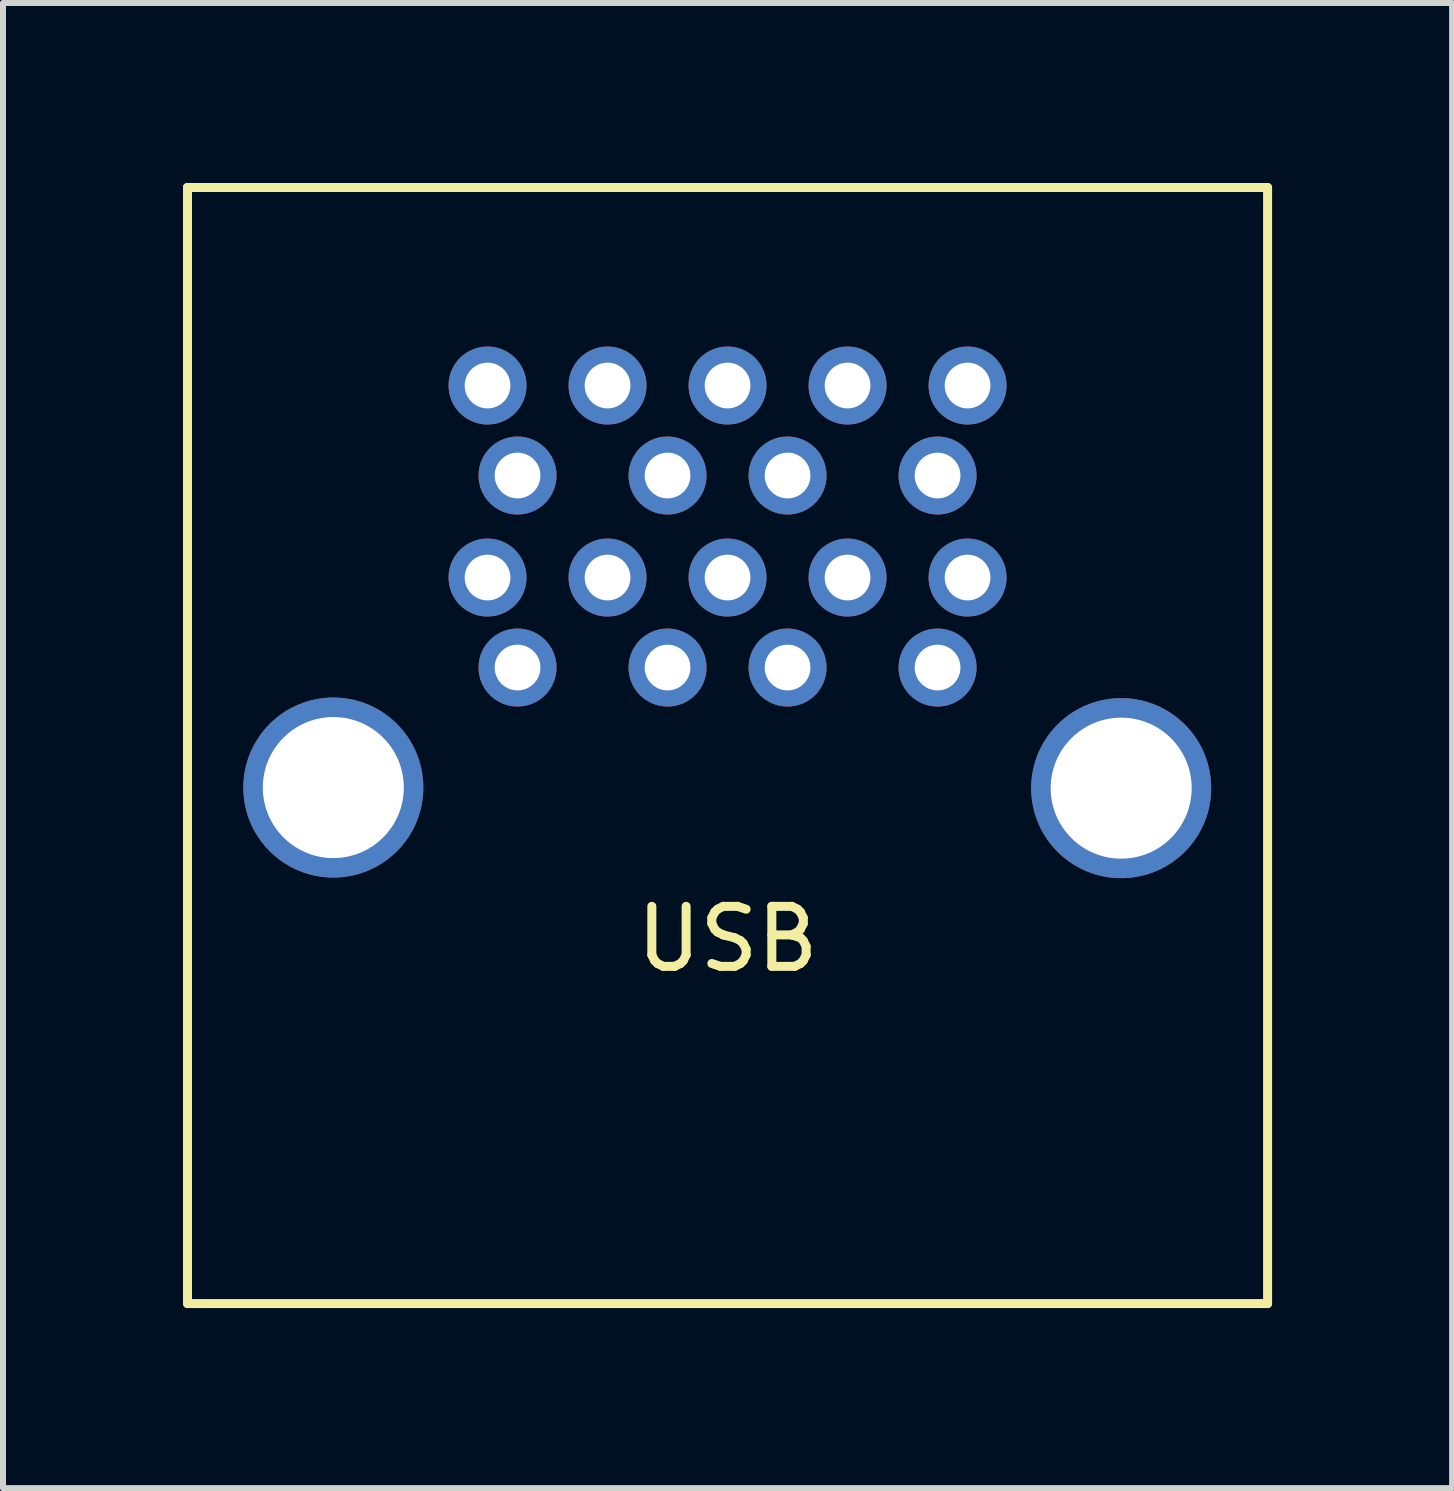
<source format=kicad_pcb>
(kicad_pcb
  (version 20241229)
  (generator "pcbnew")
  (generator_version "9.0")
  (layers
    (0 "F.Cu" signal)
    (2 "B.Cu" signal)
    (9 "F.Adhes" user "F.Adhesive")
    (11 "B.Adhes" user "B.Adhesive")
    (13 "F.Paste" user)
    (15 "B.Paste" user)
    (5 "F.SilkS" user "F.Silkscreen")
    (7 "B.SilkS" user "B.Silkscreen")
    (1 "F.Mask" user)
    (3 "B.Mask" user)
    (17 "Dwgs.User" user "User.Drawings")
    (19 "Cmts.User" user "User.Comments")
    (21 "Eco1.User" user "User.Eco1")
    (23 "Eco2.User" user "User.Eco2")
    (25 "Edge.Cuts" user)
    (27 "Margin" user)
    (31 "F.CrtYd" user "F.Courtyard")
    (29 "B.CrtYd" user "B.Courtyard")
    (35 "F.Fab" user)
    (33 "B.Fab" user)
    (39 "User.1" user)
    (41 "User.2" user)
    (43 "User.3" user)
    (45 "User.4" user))
  (footprint "USB"
    (layer "F.Cu")
    (at 9.075 3.075)
    (property "Reference" "USB" (at 0 9.525 0) (layer "F.SilkS") (effects (font (size 1 1) (thickness 0.15))))
    (attr through_hole)
    (fp_line (start -9 -3) (end 9 -3) (stroke (width 0.15) (type solid)) (layer "F.SilkS"))
    (fp_line (start -9 15.6) (end -9 -3) (stroke (width 0.15) (type solid)) (layer "F.SilkS"))
    (fp_line (start 0 -3) (end -9 -3) (stroke (width 0.15) (type solid)) (layer "F.SilkS"))
    (fp_line (start 9 -3) (end 9 15.6) (stroke (width 0.15) (type solid)) (layer "F.SilkS"))
    (fp_line (start 9 15.6) (end -9 15.6) (stroke (width 0.15) (type solid)) (layer "F.SilkS"))
    (pad "1" thru_hole circle (at -3.5 5) (size 1.3 1.3) (drill 0.762) (layers "*.Cu" "*.Mask"))
    (pad "2" thru_hole circle (at -1 5) (size 1.3 1.3) (drill 0.762) (layers "*.Cu" "*.Mask"))
    (pad "3" thru_hole circle (at 1 5) (size 1.3 1.3) (drill 0.762) (layers "*.Cu" "*.Mask"))
    (pad "4" thru_hole circle (at 3.5 5) (size 1.3 1.3) (drill 0.762) (layers "*.Cu" "*.Mask"))
    (pad "5" thru_hole circle (at 4 3.5) (size 1.3 1.3) (drill 0.762) (layers "*.Cu" "*.Mask"))
    (pad "6" thru_hole circle (at 2 3.5) (size 1.3 1.3) (drill 0.762) (layers "*.Cu" "*.Mask"))
    (pad "7" thru_hole circle (at 0 3.5) (size 1.3 1.3) (drill 0.762) (layers "*.Cu" "*.Mask"))
    (pad "8" thru_hole circle (at -2 3.5) (size 1.3 1.3) (drill 0.762) (layers "*.Cu" "*.Mask"))
    (pad "9" thru_hole circle (at -4 3.5) (size 1.3 1.3) (drill 0.762) (layers "*.Cu" "*.Mask"))
    (pad "10" thru_hole circle (at -3.5 1.8) (size 1.3 1.3) (drill 0.762) (layers "*.Cu" "*.Mask"))
    (pad "11" thru_hole circle (at -1 1.8) (size 1.3 1.3) (drill 0.762) (layers "*.Cu" "*.Mask"))
    (pad "12" thru_hole circle (at 1 1.8) (size 1.3 1.3) (drill 0.762) (layers "*.Cu" "*.Mask"))
    (pad "13" thru_hole circle (at 3.5 1.8) (size 1.3 1.3) (drill 0.762) (layers "*.Cu" "*.Mask"))
    (pad "14" thru_hole circle (at 4 0.3) (size 1.3 1.3) (drill 0.762) (layers "*.Cu" "*.Mask"))
    (pad "15" thru_hole circle (at 2 0.3) (size 1.3 1.3) (drill 0.762) (layers "*.Cu" "*.Mask"))
    (pad "16" thru_hole circle (at 0 0.3) (size 1.3 1.3) (drill 0.762) (layers "*.Cu" "*.Mask"))
    (pad "17" thru_hole circle (at -2 0.3) (size 1.3 1.3) (drill 0.762) (layers "*.Cu" "*.Mask"))
    (pad "18" thru_hole circle (at -4 0.3) (size 1.3 1.3) (drill 0.762) (layers "*.Cu" "*.Mask"))
    (pad "19" thru_hole circle (at -6.57 7) (size 3 3) (drill 2.35) (layers "*.Cu" "*.Mask"))
    (pad "20" thru_hole circle (at 6.56 7.01) (size 3 3) (drill 2.35) (layers "*.Cu" "*.Mask")))
  (gr_rect
    (start -3 -3)
    (end 21.15 21.75)
    (stroke (width 0.1) (type default))
    (fill no)
    (layer "Edge.Cuts")))
</source>
